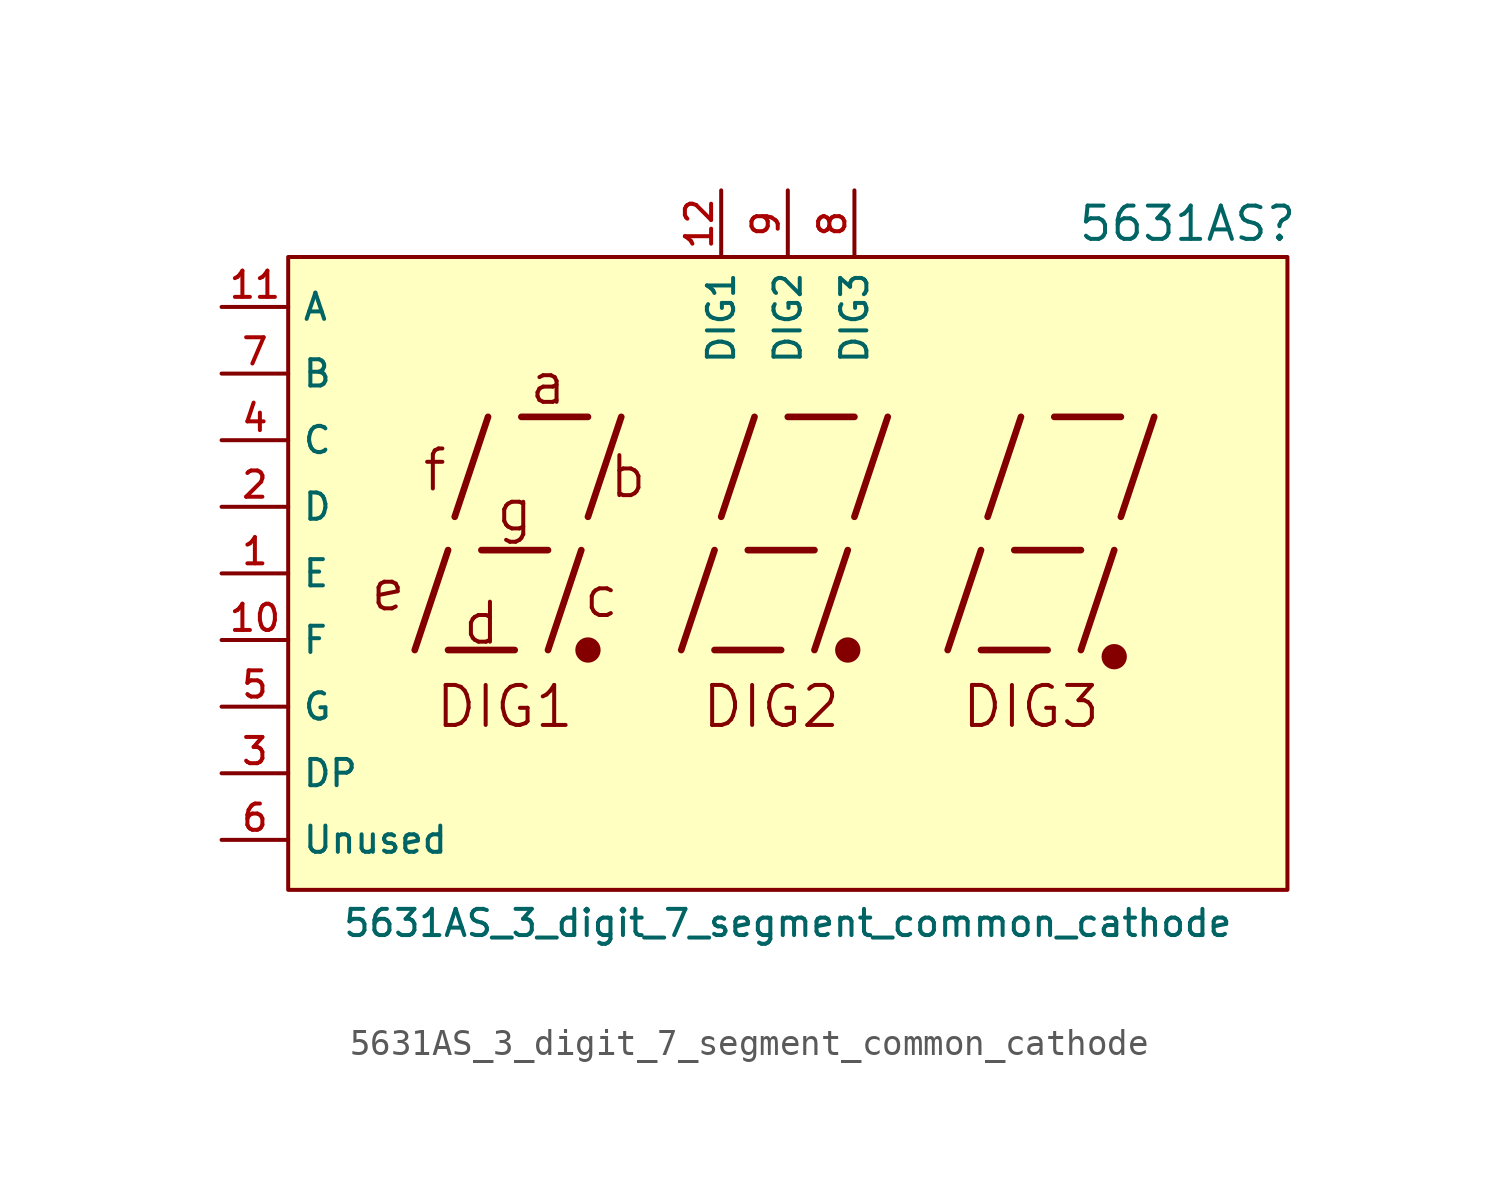
<source format=kicad_sym>
(kicad_symbol_lib
  (version 20220914)
  (generator kicad_symbol_editor)
  (symbol "5631AS_3_digit_7_segment_common_cathode"
    (property "Reference" "5631AS"
      (at 15.24 13.335 0)
      (effects (font (size 1.27 1.27))))
    (property "Value" "5631AS_3_digit_7_segment_common_cathode"
      (at 0 -13.335 0)
      (effects (font (size 1 1))))
    (symbol "5631AS_3_digit_7_segment_common_cathode_0_0"
      (polyline (pts (xy -14.224 -2.921) (xy -12.954 0.889)) (stroke (width 0.254) (type default)) (fill (type none)))
      (polyline (pts (xy -12.954 -2.921) (xy -10.414 -2.921)) (stroke (width 0.254) (type default)) (fill (type none)))
      (polyline (pts (xy -12.7 2.159) (xy -11.43 5.969)) (stroke (width 0.254) (type default)) (fill (type none)))
      (polyline (pts (xy -11.684 0.889) (xy -9.144 0.889)) (stroke (width 0.254) (type default)) (fill (type none)))
      (polyline (pts (xy -10.16 5.969) (xy -7.62 5.969)) (stroke (width 0.254) (type default)) (fill (type none)))
      (polyline (pts (xy -9.144 -2.921) (xy -7.874 0.889)) (stroke (width 0.254) (type default)) (fill (type none)))
      (polyline (pts (xy -7.62 2.159) (xy -6.35 5.969)) (stroke (width 0.254) (type default)) (fill (type none)))
      (polyline (pts (xy -4.064 -2.921) (xy -2.794 0.889)) (stroke (width 0.254) (type default)) (fill (type none)))
      (polyline (pts (xy -2.794 -2.921) (xy -0.254 -2.921)) (stroke (width 0.254) (type default)) (fill (type none)))
      (polyline (pts (xy -2.54 2.159) (xy -1.27 5.969)) (stroke (width 0.254) (type default)) (fill (type none)))
      (polyline (pts (xy -1.524 0.889) (xy 1.016 0.889)) (stroke (width 0.254) (type default)) (fill (type none)))
      (polyline (pts (xy 0 5.969) (xy 2.54 5.969)) (stroke (width 0.254) (type default)) (fill (type none)))
      (polyline (pts (xy 1.016 -2.921) (xy 2.286 0.889)) (stroke (width 0.254) (type default)) (fill (type none)))
      (polyline (pts (xy 2.54 2.159) (xy 3.81 5.969)) (stroke (width 0.254) (type default)) (fill (type none)))
      (polyline (pts (xy 6.096 -2.921) (xy 7.366 0.889)) (stroke (width 0.254) (type default)) (fill (type none)))
      (polyline (pts (xy 7.366 -2.921) (xy 9.906 -2.921)) (stroke (width 0.254) (type default)) (fill (type none)))
      (polyline (pts (xy 7.62 2.159) (xy 8.89 5.969)) (stroke (width 0.254) (type default)) (fill (type none)))
      (polyline (pts (xy 8.636 0.889) (xy 11.176 0.889)) (stroke (width 0.254) (type default)) (fill (type none)))
      (polyline (pts (xy 10.16 5.969) (xy 12.7 5.969)) (stroke (width 0.254) (type default)) (fill (type none)))
      (polyline (pts (xy 11.176 -2.921) (xy 12.446 0.889)) (stroke (width 0.254) (type default)) (fill (type none)))
      (polyline (pts (xy 12.7 2.159) (xy 13.97 5.969)) (stroke (width 0.254) (type default)) (fill (type none)))
      (text "a" (at -9.144 7.239 0) (effects (font (size 1.524 1.524))))
      (text "b" (at -6.096 3.683 0) (effects (font (size 1.524 1.524))))
      (text "c" (at -7.112 -0.889 0) (effects (font (size 1.524 1.524))))
      (text "d" (at -11.684 -1.905 0) (effects (font (size 1.524 1.524))))
      (text "e" (at -15.24 -0.635 0) (effects (font (size 1.524 1.524))))
      (text "f" (at -13.462 3.937 0) (effects (font (size 1.524 1.524))))
      (text "g" (at -10.414 2.413 0) (effects (font (size 1.524 1.524)))))
    (symbol "5631AS_3_digit_7_segment_common_cathode_0_1"
      (circle (center -7.62 -2.921) (radius 0.356) (stroke (width 0.254) (type default)) (fill (type outline)))
      (circle (center 2.286 -2.921) (radius 0.356) (stroke (width 0.254) (type default)) (fill (type outline))))
    (symbol "5631AS_3_digit_7_segment_common_cathode_1_0"
      (circle (center 12.446 -3.175) (radius 0.356) (stroke (width 0.254) (type default)) (fill (type outline)))
      (text "DIG1" (at -10.795 -5.08 0) (effects (font (size 1.524 1.524))))
      (text "DIG2" (at -0.635 -5.08 0) (effects (font (size 1.524 1.524))))
      (text "DIG3" (at 9.271 -5.08 0) (effects (font (size 1.524 1.524)))))
    (symbol "5631AS_3_digit_7_segment_common_cathode_1_1"
      (rectangle (start -19.05 12.065) (end 19.05 -12.065) (stroke (width 0) (type default)) (fill (type background)))
      (pin input line (at -21.59 0 0) (length 2.54) (name "E" (effects (font (size 1 1)))) (number "1" (effects (font (size 1 1)))))
      (pin input line (at -21.59 -2.54 0) (length 2.54) (name "F" (effects (font (size 1 1)))) (number "10" (effects (font (size 1 1)))))
      (pin input line (at -21.59 10.16 0) (length 2.54) (name "A" (effects (font (size 1 1)))) (number "11" (effects (font (size 1 1)))))
      (pin input line (at -2.54 14.605 270) (length 2.54) (name "DIG1" (effects (font (size 1 1)))) (number "12" (effects (font (size 1 1)))))
      (pin input line (at -21.59 2.54 0) (length 2.54) (name "D" (effects (font (size 1 1)))) (number "2" (effects (font (size 1 1)))))
      (pin input line (at -21.59 -7.62 0) (length 2.54) (name "DP" (effects (font (size 1 1)))) (number "3" (effects (font (size 1 1)))))
      (pin input line (at -21.59 5.08 0) (length 2.54) (name "C" (effects (font (size 1 1)))) (number "4" (effects (font (size 1 1)))))
      (pin input line (at -21.59 -5.08 0) (length 2.54) (name "G" (effects (font (size 1 1)))) (number "5" (effects (font (size 1 1)))))
      (pin input line (at -21.59 -10.16 0) (length 2.54) (name "Unused" (effects (font (size 1 1)))) (number "6" (effects (font (size 1 1)))))
      (pin input line (at -21.59 7.62 0) (length 2.54) (name "B" (effects (font (size 1 1)))) (number "7" (effects (font (size 1 1)))))
      (pin input line (at 2.54 14.605 270) (length 2.54) (name "DIG3" (effects (font (size 1 1)))) (number "8" (effects (font (size 1 1)))))
      (pin input line (at 0 14.605 270) (length 2.54) (name "DIG2" (effects (font (size 1 1)))) (number "9" (effects (font (size 1 1))))))))
</source>
